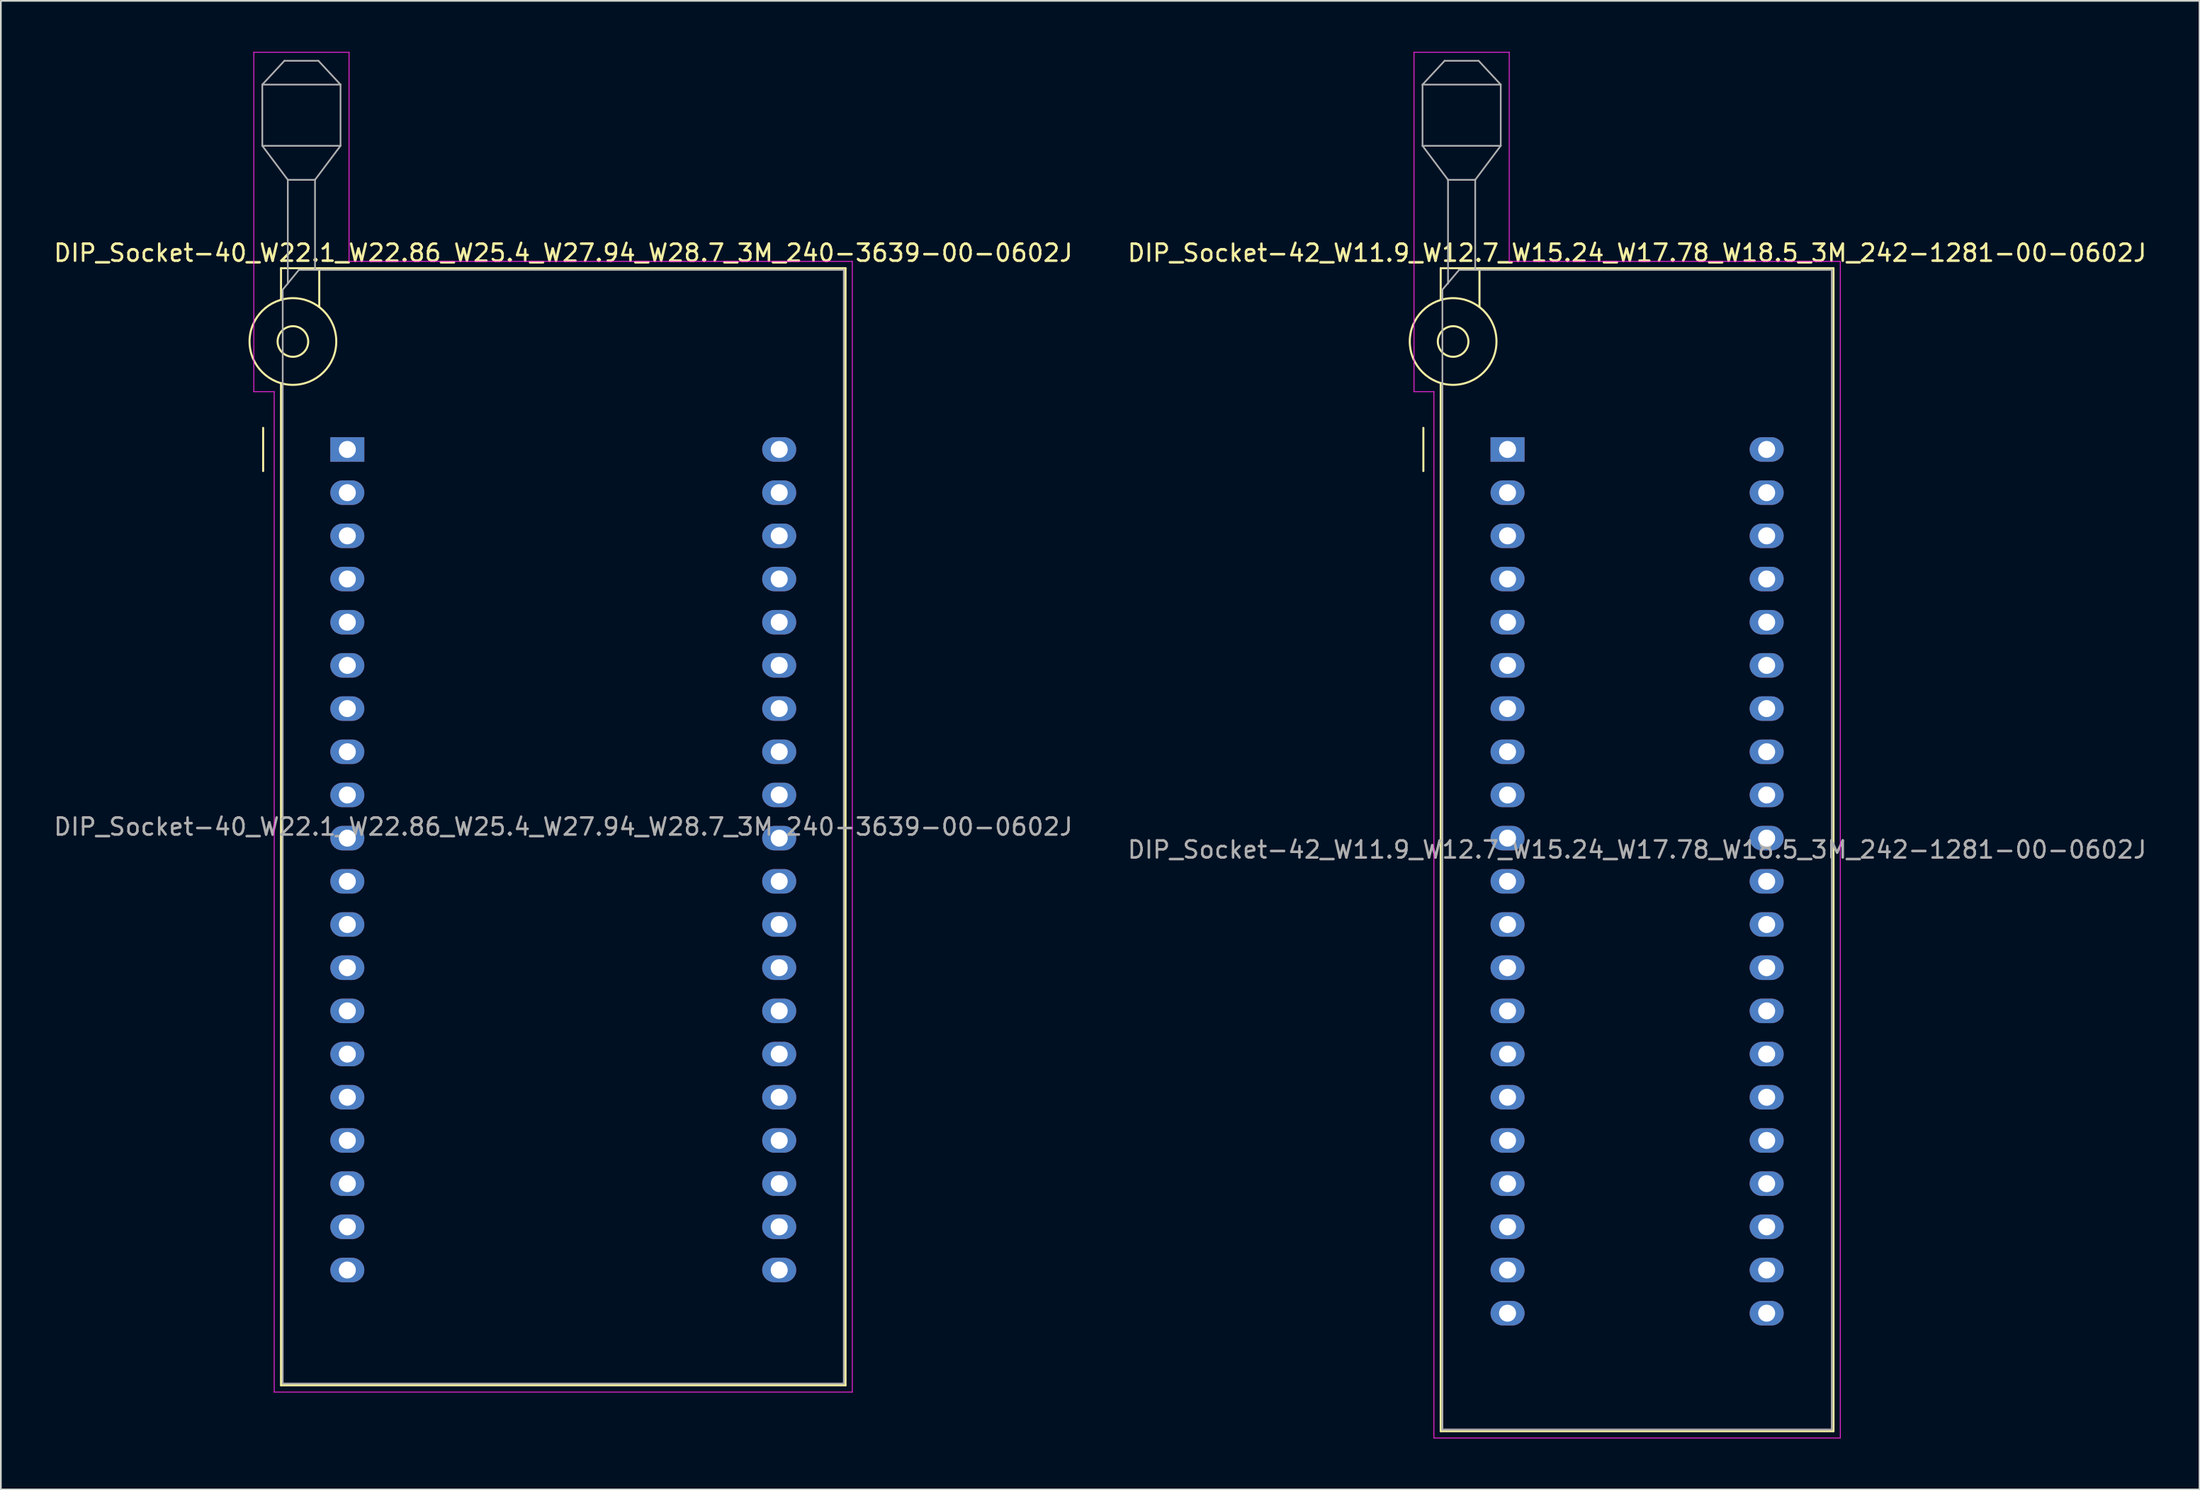
<source format=kicad_pcb>
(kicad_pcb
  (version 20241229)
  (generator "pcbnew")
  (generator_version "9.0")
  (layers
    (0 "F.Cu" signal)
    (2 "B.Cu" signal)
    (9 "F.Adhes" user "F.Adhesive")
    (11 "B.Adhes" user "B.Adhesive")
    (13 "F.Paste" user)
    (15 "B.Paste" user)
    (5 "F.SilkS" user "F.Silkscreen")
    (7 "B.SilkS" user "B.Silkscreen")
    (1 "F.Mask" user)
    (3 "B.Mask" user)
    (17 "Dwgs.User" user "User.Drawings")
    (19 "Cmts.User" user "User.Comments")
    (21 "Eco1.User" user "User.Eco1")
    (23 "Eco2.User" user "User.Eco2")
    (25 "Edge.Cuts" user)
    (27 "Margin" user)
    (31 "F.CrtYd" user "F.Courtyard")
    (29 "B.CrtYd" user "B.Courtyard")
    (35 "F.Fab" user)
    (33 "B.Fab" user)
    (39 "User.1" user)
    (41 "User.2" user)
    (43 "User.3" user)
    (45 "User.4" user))
  (footprint "DIP_Socket-42_W11.9_W12.7_W15.24_W17.78_W18.5_3M_242-1281-00-0602J"
    (layer "F.Cu")
    (at 85.612 23.385)
    (property "Reference" "DIP_Socket-42_W11.9_W12.7_W15.24_W17.78_W18.5_3M_242-1281-00-0602J" (at 7.62 -11.56 0) (layer "F.SilkS") (effects (font (size 1 1) (thickness 0.15))))
    (attr through_hole)
    (fp_line (start -4.95 1.27) (end -4.95 -1.27) (stroke (width 0.12) (type solid)) (layer "F.SilkS"))
    (fp_line (start -3.93 -10.66) (end -3.93 -8.8) (stroke (width 0.12) (type solid)) (layer "F.SilkS"))
    (fp_line (start -3.93 -3.9) (end -3.93 57.74) (stroke (width 0.12) (type solid)) (layer "F.SilkS"))
    (fp_line (start -3.93 57.74) (end 19.17 57.74) (stroke (width 0.12) (type solid)) (layer "F.SilkS"))
    (fp_line (start -1.65 -10.66) (end -1.65 -8.4) (stroke (width 0.12) (type solid)) (layer "F.SilkS"))
    (fp_line (start 19.17 -10.66) (end -3.93 -10.66) (stroke (width 0.12) (type solid)) (layer "F.SilkS"))
    (fp_line (start 19.17 57.74) (end 19.17 -10.66) (stroke (width 0.12) (type solid)) (layer "F.SilkS"))
    (fp_circle (center -3.2 -6.35) (end -2.3 -6.35) (stroke (width 0.12) (type solid)) (fill no) (layer "F.SilkS"))
    (fp_circle (center -3.2 -6.35) (end -0.65 -6.35) (stroke (width 0.12) (type solid)) (fill no) (layer "F.SilkS"))
    (fp_line (start -5.5 -23.36) (end 0.1 -23.36) (stroke (width 0.05) (type solid)) (layer "F.CrtYd"))
    (fp_line (start -5.5 -3.4) (end -5.5 -23.36) (stroke (width 0.05) (type solid)) (layer "F.CrtYd"))
    (fp_line (start -4.33 -3.4) (end -5.5 -3.4) (stroke (width 0.05) (type solid)) (layer "F.CrtYd"))
    (fp_line (start -4.33 58.14) (end -4.33 -3.4) (stroke (width 0.05) (type solid)) (layer "F.CrtYd"))
    (fp_line (start 0.1 -23.36) (end 0.1 -11.06) (stroke (width 0.05) (type solid)) (layer "F.CrtYd"))
    (fp_line (start 0.1 -11.06) (end 19.57 -11.06) (stroke (width 0.05) (type solid)) (layer "F.CrtYd"))
    (fp_line (start 19.57 -11.06) (end 19.57 58.14) (stroke (width 0.05) (type solid)) (layer "F.CrtYd"))
    (fp_line (start 19.57 58.14) (end -4.33 58.14) (stroke (width 0.05) (type solid)) (layer "F.CrtYd"))
    (fp_line (start -5 -21.46) (end -5 -17.86) (stroke (width 0.1) (type solid)) (layer "F.Fab"))
    (fp_line (start -5 -21.46) (end -3.7 -22.86) (stroke (width 0.1) (type solid)) (layer "F.Fab"))
    (fp_line (start -5 -17.86) (end -3.5 -15.86) (stroke (width 0.1) (type solid)) (layer "F.Fab"))
    (fp_line (start -5 -17.86) (end -0.4 -17.86) (stroke (width 0.1) (type solid)) (layer "F.Fab"))
    (fp_line (start -3.83 -9.4) (end -2.85 -10.56) (stroke (width 0.1) (type solid)) (layer "F.Fab"))
    (fp_line (start -3.83 57.64) (end -3.83 -9.4) (stroke (width 0.1) (type solid)) (layer "F.Fab"))
    (fp_line (start -3.7 -22.86) (end -1.7 -22.86) (stroke (width 0.1) (type solid)) (layer "F.Fab"))
    (fp_line (start -3.5 -15.86) (end -1.9 -15.86) (stroke (width 0.1) (type solid)) (layer "F.Fab"))
    (fp_line (start -3.5 -9.75) (end -3.5 -15.86) (stroke (width 0.1) (type solid)) (layer "F.Fab"))
    (fp_line (start -2.85 -10.56) (end 19.07 -10.56) (stroke (width 0.1) (type solid)) (layer "F.Fab"))
    (fp_line (start -1.9 -15.86) (end -1.9 -10.56) (stroke (width 0.1) (type solid)) (layer "F.Fab"))
    (fp_line (start -1.7 -22.86) (end -0.4 -21.46) (stroke (width 0.1) (type solid)) (layer "F.Fab"))
    (fp_line (start -0.4 -21.46) (end -5 -21.46) (stroke (width 0.1) (type solid)) (layer "F.Fab"))
    (fp_line (start -0.4 -17.86) (end -1.9 -15.86) (stroke (width 0.1) (type solid)) (layer "F.Fab"))
    (fp_line (start -0.4 -17.86) (end -0.4 -21.46) (stroke (width 0.1) (type solid)) (layer "F.Fab"))
    (fp_line (start 19.07 -10.56) (end 19.07 57.64) (stroke (width 0.1) (type solid)) (layer "F.Fab"))
    (fp_line (start 19.07 57.64) (end -3.83 57.64) (stroke (width 0.1) (type solid)) (layer "F.Fab"))
    (fp_text user "${REFERENCE}" (at 7.62 23.54 0) (layer "F.Fab") (effects (font (size 1 1) (thickness 0.15))))
    (pad "1" thru_hole rect (at 0 0) (size 2 1.44) (drill 1) (layers "*.Cu" "*.Mask"))
    (pad "2" thru_hole oval (at 0 2.54) (size 2 1.44) (drill 1) (layers "*.Cu" "*.Mask"))
    (pad "3" thru_hole oval (at 0 5.08) (size 2 1.44) (drill 1) (layers "*.Cu" "*.Mask"))
    (pad "4" thru_hole oval (at 0 7.62) (size 2 1.44) (drill 1) (layers "*.Cu" "*.Mask"))
    (pad "5" thru_hole oval (at 0 10.16) (size 2 1.44) (drill 1) (layers "*.Cu" "*.Mask"))
    (pad "6" thru_hole oval (at 0 12.7) (size 2 1.44) (drill 1) (layers "*.Cu" "*.Mask"))
    (pad "7" thru_hole oval (at 0 15.24) (size 2 1.44) (drill 1) (layers "*.Cu" "*.Mask"))
    (pad "8" thru_hole oval (at 0 17.78) (size 2 1.44) (drill 1) (layers "*.Cu" "*.Mask"))
    (pad "9" thru_hole oval (at 0 20.32) (size 2 1.44) (drill 1) (layers "*.Cu" "*.Mask"))
    (pad "10" thru_hole oval (at 0 22.86) (size 2 1.44) (drill 1) (layers "*.Cu" "*.Mask"))
    (pad "11" thru_hole oval (at 0 25.4) (size 2 1.44) (drill 1) (layers "*.Cu" "*.Mask"))
    (pad "12" thru_hole oval (at 0 27.94) (size 2 1.44) (drill 1) (layers "*.Cu" "*.Mask"))
    (pad "13" thru_hole oval (at 0 30.48) (size 2 1.44) (drill 1) (layers "*.Cu" "*.Mask"))
    (pad "14" thru_hole oval (at 0 33.02) (size 2 1.44) (drill 1) (layers "*.Cu" "*.Mask"))
    (pad "15" thru_hole oval (at 0 35.56) (size 2 1.44) (drill 1) (layers "*.Cu" "*.Mask"))
    (pad "16" thru_hole oval (at 0 38.1) (size 2 1.44) (drill 1) (layers "*.Cu" "*.Mask"))
    (pad "17" thru_hole oval (at 0 40.64) (size 2 1.44) (drill 1) (layers "*.Cu" "*.Mask"))
    (pad "18" thru_hole oval (at 0 43.18) (size 2 1.44) (drill 1) (layers "*.Cu" "*.Mask"))
    (pad "19" thru_hole oval (at 0 45.72) (size 2 1.44) (drill 1) (layers "*.Cu" "*.Mask"))
    (pad "20" thru_hole oval (at 0 48.26) (size 2 1.44) (drill 1) (layers "*.Cu" "*.Mask"))
    (pad "21" thru_hole oval (at 0 50.8) (size 2 1.44) (drill 1) (layers "*.Cu" "*.Mask"))
    (pad "22" thru_hole oval (at 15.24 50.8) (size 2 1.44) (drill 1) (layers "*.Cu" "*.Mask"))
    (pad "23" thru_hole oval (at 15.24 48.26) (size 2 1.44) (drill 1) (layers "*.Cu" "*.Mask"))
    (pad "24" thru_hole oval (at 15.24 45.72) (size 2 1.44) (drill 1) (layers "*.Cu" "*.Mask"))
    (pad "25" thru_hole oval (at 15.24 43.18) (size 2 1.44) (drill 1) (layers "*.Cu" "*.Mask"))
    (pad "26" thru_hole oval (at 15.24 40.64) (size 2 1.44) (drill 1) (layers "*.Cu" "*.Mask"))
    (pad "27" thru_hole oval (at 15.24 38.1) (size 2 1.44) (drill 1) (layers "*.Cu" "*.Mask"))
    (pad "28" thru_hole oval (at 15.24 35.56) (size 2 1.44) (drill 1) (layers "*.Cu" "*.Mask"))
    (pad "29" thru_hole oval (at 15.24 33.02) (size 2 1.44) (drill 1) (layers "*.Cu" "*.Mask"))
    (pad "30" thru_hole oval (at 15.24 30.48) (size 2 1.44) (drill 1) (layers "*.Cu" "*.Mask"))
    (pad "31" thru_hole oval (at 15.24 27.94) (size 2 1.44) (drill 1) (layers "*.Cu" "*.Mask"))
    (pad "32" thru_hole oval (at 15.24 25.4) (size 2 1.44) (drill 1) (layers "*.Cu" "*.Mask"))
    (pad "33" thru_hole oval (at 15.24 22.86) (size 2 1.44) (drill 1) (layers "*.Cu" "*.Mask"))
    (pad "34" thru_hole oval (at 15.24 20.32) (size 2 1.44) (drill 1) (layers "*.Cu" "*.Mask"))
    (pad "35" thru_hole oval (at 15.24 17.78) (size 2 1.44) (drill 1) (layers "*.Cu" "*.Mask"))
    (pad "36" thru_hole oval (at 15.24 15.24) (size 2 1.44) (drill 1) (layers "*.Cu" "*.Mask"))
    (pad "37" thru_hole oval (at 15.24 12.7) (size 2 1.44) (drill 1) (layers "*.Cu" "*.Mask"))
    (pad "38" thru_hole oval (at 15.24 10.16) (size 2 1.44) (drill 1) (layers "*.Cu" "*.Mask"))
    (pad "39" thru_hole oval (at 15.24 7.62) (size 2 1.44) (drill 1) (layers "*.Cu" "*.Mask"))
    (pad "40" thru_hole oval (at 15.24 5.08) (size 2 1.44) (drill 1) (layers "*.Cu" "*.Mask"))
    (pad "41" thru_hole oval (at 15.24 2.54) (size 2 1.44) (drill 1) (layers "*.Cu" "*.Mask"))
    (pad "42" thru_hole oval (at 15.24 0) (size 2 1.44) (drill 1) (layers "*.Cu" "*.Mask")))
  (footprint "DIP_Socket-40_W22.1_W22.86_W25.4_W27.94_W28.7_3M_240-3639-00-0602J"
    (layer "F.Cu")
    (at 17.377 23.385)
    (property "Reference" "DIP_Socket-40_W22.1_W22.86_W25.4_W27.94_W28.7_3M_240-3639-00-0602J" (at 12.7 -11.56 0) (layer "F.SilkS") (effects (font (size 1 1) (thickness 0.15))))
    (attr through_hole)
    (fp_line (start -4.95 1.27) (end -4.95 -1.27) (stroke (width 0.12) (type solid)) (layer "F.SilkS"))
    (fp_line (start -3.9 -10.66) (end -3.9 -8.8) (stroke (width 0.12) (type solid)) (layer "F.SilkS"))
    (fp_line (start -3.9 -3.9) (end -3.9 55.04) (stroke (width 0.12) (type solid)) (layer "F.SilkS"))
    (fp_line (start -3.9 55.04) (end 29.3 55.04) (stroke (width 0.12) (type solid)) (layer "F.SilkS"))
    (fp_line (start -1.65 -10.66) (end -1.65 -8.4) (stroke (width 0.12) (type solid)) (layer "F.SilkS"))
    (fp_line (start 29.3 -10.66) (end -3.9 -10.66) (stroke (width 0.12) (type solid)) (layer "F.SilkS"))
    (fp_line (start 29.3 55.04) (end 29.3 -10.66) (stroke (width 0.12) (type solid)) (layer "F.SilkS"))
    (fp_circle (center -3.2 -6.35) (end -2.3 -6.35) (stroke (width 0.12) (type solid)) (fill no) (layer "F.SilkS"))
    (fp_circle (center -3.2 -6.35) (end -0.65 -6.35) (stroke (width 0.12) (type solid)) (fill no) (layer "F.SilkS"))
    (fp_line (start -5.5 -23.36) (end 0.1 -23.36) (stroke (width 0.05) (type solid)) (layer "F.CrtYd"))
    (fp_line (start -5.5 -3.4) (end -5.5 -23.36) (stroke (width 0.05) (type solid)) (layer "F.CrtYd"))
    (fp_line (start -4.3 -3.4) (end -5.5 -3.4) (stroke (width 0.05) (type solid)) (layer "F.CrtYd"))
    (fp_line (start -4.3 55.44) (end -4.3 -3.4) (stroke (width 0.05) (type solid)) (layer "F.CrtYd"))
    (fp_line (start 0.1 -23.36) (end 0.1 -11.06) (stroke (width 0.05) (type solid)) (layer "F.CrtYd"))
    (fp_line (start 0.1 -11.06) (end 29.7 -11.06) (stroke (width 0.05) (type solid)) (layer "F.CrtYd"))
    (fp_line (start 29.7 -11.06) (end 29.7 55.44) (stroke (width 0.05) (type solid)) (layer "F.CrtYd"))
    (fp_line (start 29.7 55.44) (end -4.3 55.44) (stroke (width 0.05) (type solid)) (layer "F.CrtYd"))
    (fp_line (start -5 -21.46) (end -5 -17.86) (stroke (width 0.1) (type solid)) (layer "F.Fab"))
    (fp_line (start -5 -21.46) (end -3.7 -22.86) (stroke (width 0.1) (type solid)) (layer "F.Fab"))
    (fp_line (start -5 -17.86) (end -3.5 -15.86) (stroke (width 0.1) (type solid)) (layer "F.Fab"))
    (fp_line (start -5 -17.86) (end -0.4 -17.86) (stroke (width 0.1) (type solid)) (layer "F.Fab"))
    (fp_line (start -3.8 -9.4) (end -2.85 -10.56) (stroke (width 0.1) (type solid)) (layer "F.Fab"))
    (fp_line (start -3.8 54.94) (end -3.8 -9.4) (stroke (width 0.1) (type solid)) (layer "F.Fab"))
    (fp_line (start -3.7 -22.86) (end -1.7 -22.86) (stroke (width 0.1) (type solid)) (layer "F.Fab"))
    (fp_line (start -3.5 -15.86) (end -1.9 -15.86) (stroke (width 0.1) (type solid)) (layer "F.Fab"))
    (fp_line (start -3.5 -9.75) (end -3.5 -15.86) (stroke (width 0.1) (type solid)) (layer "F.Fab"))
    (fp_line (start -2.85 -10.56) (end 29.2 -10.56) (stroke (width 0.1) (type solid)) (layer "F.Fab"))
    (fp_line (start -1.9 -15.86) (end -1.9 -10.56) (stroke (width 0.1) (type solid)) (layer "F.Fab"))
    (fp_line (start -1.7 -22.86) (end -0.4 -21.46) (stroke (width 0.1) (type solid)) (layer "F.Fab"))
    (fp_line (start -0.4 -21.46) (end -5 -21.46) (stroke (width 0.1) (type solid)) (layer "F.Fab"))
    (fp_line (start -0.4 -17.86) (end -1.9 -15.86) (stroke (width 0.1) (type solid)) (layer "F.Fab"))
    (fp_line (start -0.4 -17.86) (end -0.4 -21.46) (stroke (width 0.1) (type solid)) (layer "F.Fab"))
    (fp_line (start 29.2 -10.56) (end 29.2 54.94) (stroke (width 0.1) (type solid)) (layer "F.Fab"))
    (fp_line (start 29.2 54.94) (end -3.8 54.94) (stroke (width 0.1) (type solid)) (layer "F.Fab"))
    (fp_text user "${REFERENCE}" (at 12.7 22.19 0) (layer "F.Fab") (effects (font (size 1 1) (thickness 0.15))))
    (pad "1" thru_hole rect (at 0 0) (size 2 1.44) (drill 1) (layers "*.Cu" "*.Mask"))
    (pad "2" thru_hole oval (at 0 2.54) (size 2 1.44) (drill 1) (layers "*.Cu" "*.Mask"))
    (pad "3" thru_hole oval (at 0 5.08) (size 2 1.44) (drill 1) (layers "*.Cu" "*.Mask"))
    (pad "4" thru_hole oval (at 0 7.62) (size 2 1.44) (drill 1) (layers "*.Cu" "*.Mask"))
    (pad "5" thru_hole oval (at 0 10.16) (size 2 1.44) (drill 1) (layers "*.Cu" "*.Mask"))
    (pad "6" thru_hole oval (at 0 12.7) (size 2 1.44) (drill 1) (layers "*.Cu" "*.Mask"))
    (pad "7" thru_hole oval (at 0 15.24) (size 2 1.44) (drill 1) (layers "*.Cu" "*.Mask"))
    (pad "8" thru_hole oval (at 0 17.78) (size 2 1.44) (drill 1) (layers "*.Cu" "*.Mask"))
    (pad "9" thru_hole oval (at 0 20.32) (size 2 1.44) (drill 1) (layers "*.Cu" "*.Mask"))
    (pad "10" thru_hole oval (at 0 22.86) (size 2 1.44) (drill 1) (layers "*.Cu" "*.Mask"))
    (pad "11" thru_hole oval (at 0 25.4) (size 2 1.44) (drill 1) (layers "*.Cu" "*.Mask"))
    (pad "12" thru_hole oval (at 0 27.94) (size 2 1.44) (drill 1) (layers "*.Cu" "*.Mask"))
    (pad "13" thru_hole oval (at 0 30.48) (size 2 1.44) (drill 1) (layers "*.Cu" "*.Mask"))
    (pad "14" thru_hole oval (at 0 33.02) (size 2 1.44) (drill 1) (layers "*.Cu" "*.Mask"))
    (pad "15" thru_hole oval (at 0 35.56) (size 2 1.44) (drill 1) (layers "*.Cu" "*.Mask"))
    (pad "16" thru_hole oval (at 0 38.1) (size 2 1.44) (drill 1) (layers "*.Cu" "*.Mask"))
    (pad "17" thru_hole oval (at 0 40.64) (size 2 1.44) (drill 1) (layers "*.Cu" "*.Mask"))
    (pad "18" thru_hole oval (at 0 43.18) (size 2 1.44) (drill 1) (layers "*.Cu" "*.Mask"))
    (pad "19" thru_hole oval (at 0 45.72) (size 2 1.44) (drill 1) (layers "*.Cu" "*.Mask"))
    (pad "20" thru_hole oval (at 0 48.26) (size 2 1.44) (drill 1) (layers "*.Cu" "*.Mask"))
    (pad "21" thru_hole oval (at 25.4 48.26) (size 2 1.44) (drill 1) (layers "*.Cu" "*.Mask"))
    (pad "22" thru_hole oval (at 25.4 45.72) (size 2 1.44) (drill 1) (layers "*.Cu" "*.Mask"))
    (pad "23" thru_hole oval (at 25.4 43.18) (size 2 1.44) (drill 1) (layers "*.Cu" "*.Mask"))
    (pad "24" thru_hole oval (at 25.4 40.64) (size 2 1.44) (drill 1) (layers "*.Cu" "*.Mask"))
    (pad "25" thru_hole oval (at 25.4 38.1) (size 2 1.44) (drill 1) (layers "*.Cu" "*.Mask"))
    (pad "26" thru_hole oval (at 25.4 35.56) (size 2 1.44) (drill 1) (layers "*.Cu" "*.Mask"))
    (pad "27" thru_hole oval (at 25.4 33.02) (size 2 1.44) (drill 1) (layers "*.Cu" "*.Mask"))
    (pad "28" thru_hole oval (at 25.4 30.48) (size 2 1.44) (drill 1) (layers "*.Cu" "*.Mask"))
    (pad "29" thru_hole oval (at 25.4 27.94) (size 2 1.44) (drill 1) (layers "*.Cu" "*.Mask"))
    (pad "30" thru_hole oval (at 25.4 25.4) (size 2 1.44) (drill 1) (layers "*.Cu" "*.Mask"))
    (pad "31" thru_hole oval (at 25.4 22.86) (size 2 1.44) (drill 1) (layers "*.Cu" "*.Mask"))
    (pad "32" thru_hole oval (at 25.4 20.32) (size 2 1.44) (drill 1) (layers "*.Cu" "*.Mask"))
    (pad "33" thru_hole oval (at 25.4 17.78) (size 2 1.44) (drill 1) (layers "*.Cu" "*.Mask"))
    (pad "34" thru_hole oval (at 25.4 15.24) (size 2 1.44) (drill 1) (layers "*.Cu" "*.Mask"))
    (pad "35" thru_hole oval (at 25.4 12.7) (size 2 1.44) (drill 1) (layers "*.Cu" "*.Mask"))
    (pad "36" thru_hole oval (at 25.4 10.16) (size 2 1.44) (drill 1) (layers "*.Cu" "*.Mask"))
    (pad "37" thru_hole oval (at 25.4 7.62) (size 2 1.44) (drill 1) (layers "*.Cu" "*.Mask"))
    (pad "38" thru_hole oval (at 25.4 5.08) (size 2 1.44) (drill 1) (layers "*.Cu" "*.Mask"))
    (pad "39" thru_hole oval (at 25.4 2.54) (size 2 1.44) (drill 1) (layers "*.Cu" "*.Mask"))
    (pad "40" thru_hole oval (at 25.4 0) (size 2 1.44) (drill 1) (layers "*.Cu" "*.Mask")))
  (gr_rect
    (start -3 -3)
    (end 126.31 84.55)
    (stroke (width 0.1) (type default))
    (fill no)
    (layer "Edge.Cuts")))
</source>
